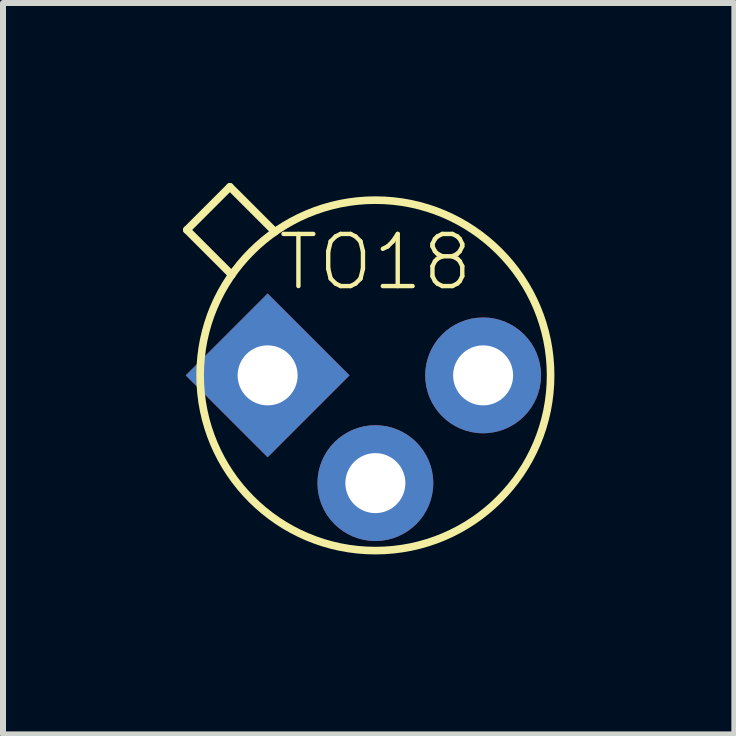
<source format=kicad_pcb>
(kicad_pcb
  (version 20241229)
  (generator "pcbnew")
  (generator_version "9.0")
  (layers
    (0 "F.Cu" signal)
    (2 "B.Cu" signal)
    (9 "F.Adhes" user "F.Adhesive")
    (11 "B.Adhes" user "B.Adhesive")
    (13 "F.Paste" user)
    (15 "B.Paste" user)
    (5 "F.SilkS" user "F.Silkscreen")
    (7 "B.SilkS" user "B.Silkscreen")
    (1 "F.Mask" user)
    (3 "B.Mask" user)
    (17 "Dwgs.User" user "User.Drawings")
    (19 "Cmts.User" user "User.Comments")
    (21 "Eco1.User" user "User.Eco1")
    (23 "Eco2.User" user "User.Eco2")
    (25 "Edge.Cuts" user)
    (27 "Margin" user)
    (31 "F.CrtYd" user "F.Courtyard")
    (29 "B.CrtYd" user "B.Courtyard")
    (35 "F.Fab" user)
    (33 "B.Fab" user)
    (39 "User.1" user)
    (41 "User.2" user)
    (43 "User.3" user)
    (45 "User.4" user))
  (footprint "TO18"
    (layer "F.Cu")
    (at 3.207 3.098)
    (property "Reference" "TO18" (at 0 -1.778 0) (layer "F.SilkS") (effects (font (size 0.869 0.869) (thickness 0.073))))
    (attr through_hole)
    (fp_line (start -3.143 -2.316) (end -2.425 -3.034) (stroke (width 0.127) (type solid)) (layer "F.SilkS"))
    (fp_line (start -3.143 -2.316) (end -2.393 -1.566) (stroke (width 0.127) (type solid)) (layer "F.SilkS"))
    (fp_line (start -2.425 -3.034) (end -1.675 -2.284) (stroke (width 0.127) (type solid)) (layer "F.SilkS"))
    (fp_circle (center 0 0.109) (end 2.921 0.109) (stroke (width 0.127) (type solid)) (fill no) (layer "F.SilkS"))
    (pad "1" thru_hole rect (at -1.796 0.109 315) (size 1.93 1.93) (drill 1) (layers "*.Cu" "*.Mask"))
    (pad "2" thru_hole oval (at 0 1.905 315) (size 1.93 1.93) (drill 1) (layers "*.Cu" "*.Mask"))
    (pad "3" thru_hole oval (at 1.796 0.109 315) (size 1.93 1.93) (drill 1) (layers "*.Cu" "*.Mask")))
  (gr_rect
    (start -3 -3)
    (end 9.191 9.191)
    (stroke (width 0.1) (type default))
    (fill no)
    (layer "Edge.Cuts")))
</source>
